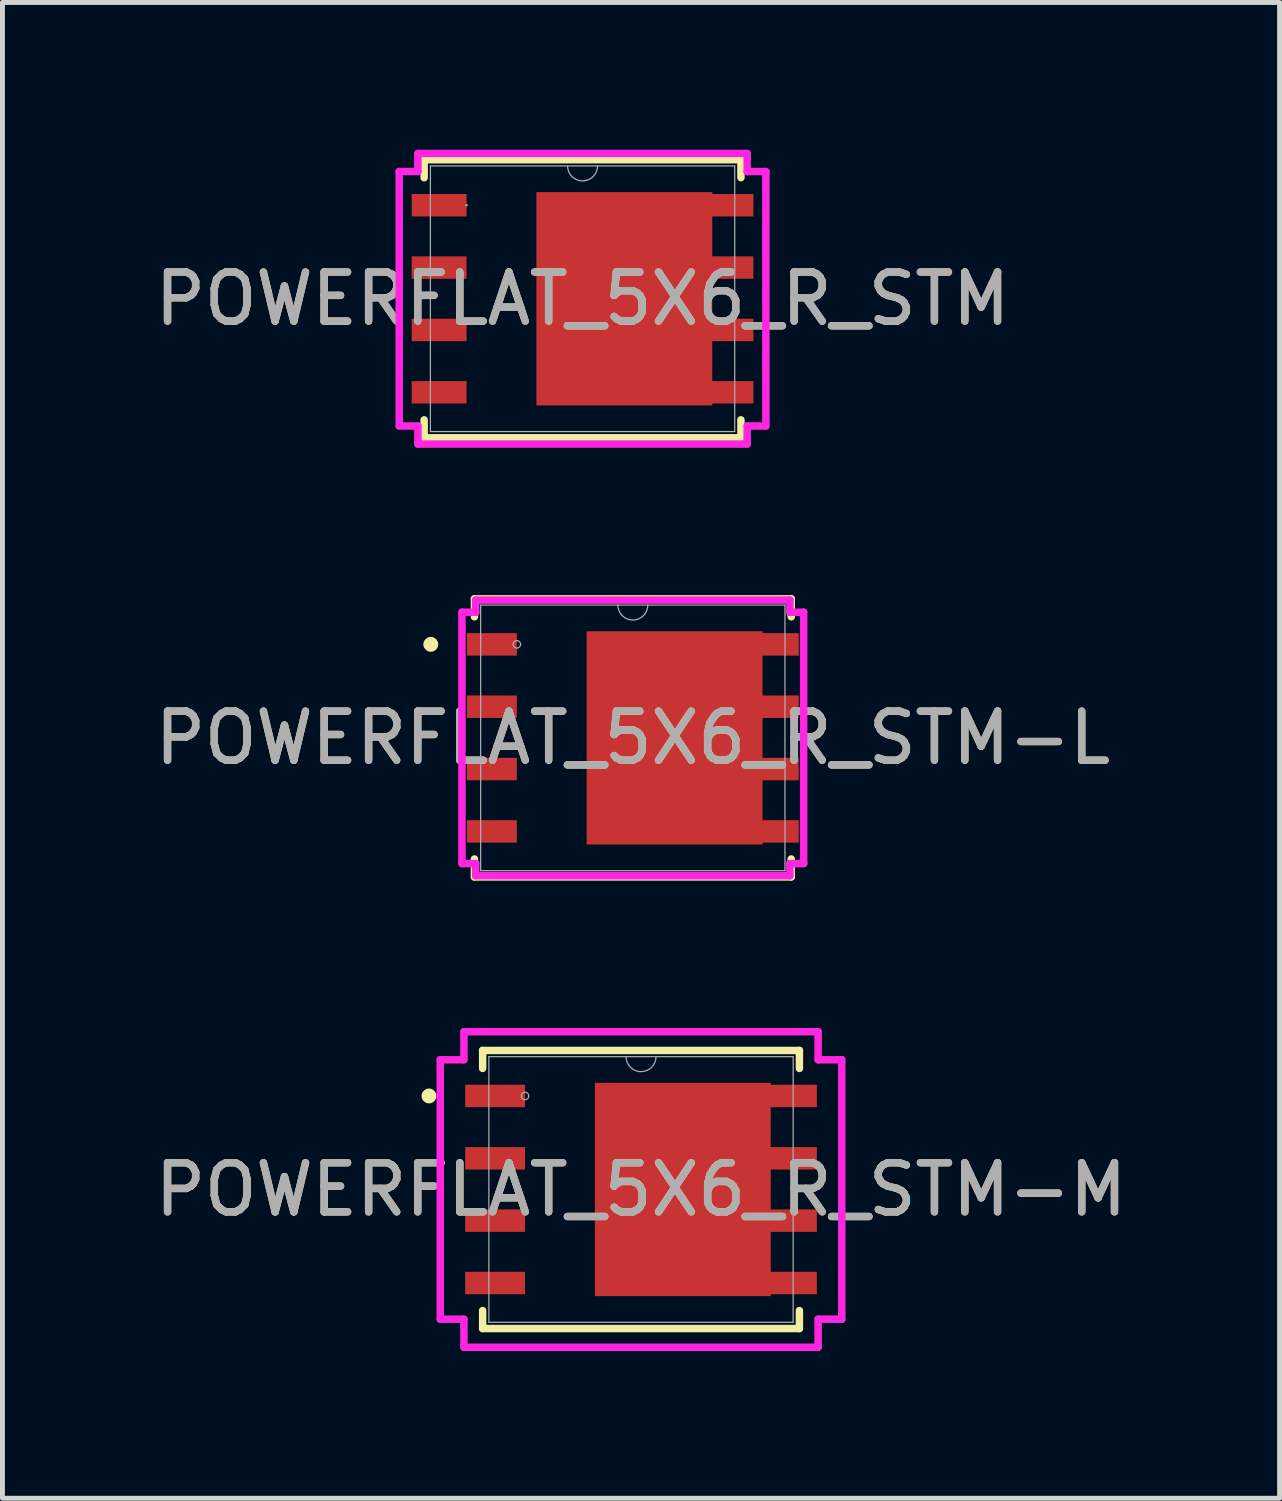
<source format=kicad_pcb>
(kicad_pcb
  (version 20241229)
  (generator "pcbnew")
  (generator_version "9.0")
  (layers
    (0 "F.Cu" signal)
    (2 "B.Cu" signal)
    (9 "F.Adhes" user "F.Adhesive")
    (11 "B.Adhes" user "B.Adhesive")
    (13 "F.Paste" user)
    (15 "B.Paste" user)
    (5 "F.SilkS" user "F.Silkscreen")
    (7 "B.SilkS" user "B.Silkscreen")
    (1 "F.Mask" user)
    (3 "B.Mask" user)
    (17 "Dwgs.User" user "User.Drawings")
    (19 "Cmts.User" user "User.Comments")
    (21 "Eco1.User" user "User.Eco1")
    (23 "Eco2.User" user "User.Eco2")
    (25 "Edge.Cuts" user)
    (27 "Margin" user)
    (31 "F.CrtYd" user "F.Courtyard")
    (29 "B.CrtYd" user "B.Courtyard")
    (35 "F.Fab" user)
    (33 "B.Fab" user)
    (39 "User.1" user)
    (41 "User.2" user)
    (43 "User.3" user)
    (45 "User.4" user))
  (footprint "POWERFLAT_5X6_R_STM-L"
    (layer "F.Cu")
    (at 9.839 11.979)
    (property "Reference" "POWERFLAT_5X6_R_STM-L" (at 0 0 0) (unlocked yes) (layer "F.SilkS") (effects (font (size 1 1) (thickness 0.15))))
    (attr smd)
    (fp_poly (pts (xy 2.642 -2.172) (xy -0.94 -2.172) (xy -0.94 2.172) (xy 2.642 2.172)) (stroke (width 0) (type solid)) (fill yes) (layer "F.Cu"))
    (fp_poly (pts (xy 2.642 -2.172) (xy -0.94 -2.172) (xy -0.94 2.172) (xy 2.642 2.172)) (stroke (width 0) (type solid)) (fill yes) (layer "F.Mask"))
    (fp_line (start -3.226 -2.832) (end -3.226 -2.466) (stroke (width 0.152) (type solid)) (layer "F.SilkS"))
    (fp_line (start -3.226 2.466) (end -3.226 2.832) (stroke (width 0.152) (type solid)) (layer "F.SilkS"))
    (fp_line (start -3.226 2.832) (end 3.226 2.832) (stroke (width 0.152) (type solid)) (layer "F.SilkS"))
    (fp_line (start 3.226 -2.832) (end -3.226 -2.832) (stroke (width 0.152) (type solid)) (layer "F.SilkS"))
    (fp_line (start 3.226 -2.466) (end 3.226 -2.832) (stroke (width 0.152) (type solid)) (layer "F.SilkS"))
    (fp_line (start 3.226 2.832) (end 3.226 2.466) (stroke (width 0.152) (type solid)) (layer "F.SilkS"))
    (fp_circle (center -4.115 -1.905) (end -4.039 -1.905) (stroke (width 0.152) (type solid)) (fill no) (layer "F.SilkS"))
    (fp_poly (pts (xy 2.642 -2.172) (xy -0.94 -2.172) (xy -0.94 2.172) (xy 2.642 2.172)) (stroke (width 0) (type solid)) (fill yes) (layer "F.Paste"))
    (fp_line (start -3.48 -2.56) (end -3.2 -2.56) (stroke (width 0.152) (type solid)) (layer "F.CrtYd"))
    (fp_line (start -3.48 2.56) (end -3.48 -2.56) (stroke (width 0.152) (type solid)) (layer "F.CrtYd"))
    (fp_line (start -3.48 2.56) (end -3.2 2.56) (stroke (width 0.152) (type solid)) (layer "F.CrtYd"))
    (fp_line (start -3.2 -2.807) (end 3.2 -2.807) (stroke (width 0.152) (type solid)) (layer "F.CrtYd"))
    (fp_line (start -3.2 -2.56) (end -3.2 -2.807) (stroke (width 0.152) (type solid)) (layer "F.CrtYd"))
    (fp_line (start -3.2 2.807) (end -3.2 2.56) (stroke (width 0.152) (type solid)) (layer "F.CrtYd"))
    (fp_line (start 3.2 -2.807) (end 3.2 -2.56) (stroke (width 0.152) (type solid)) (layer "F.CrtYd"))
    (fp_line (start 3.2 2.56) (end 3.2 2.807) (stroke (width 0.152) (type solid)) (layer "F.CrtYd"))
    (fp_line (start 3.2 2.807) (end -3.2 2.807) (stroke (width 0.152) (type solid)) (layer "F.CrtYd"))
    (fp_line (start 3.48 -2.56) (end 3.2 -2.56) (stroke (width 0.152) (type solid)) (layer "F.CrtYd"))
    (fp_line (start 3.48 -2.56) (end 3.48 2.56) (stroke (width 0.152) (type solid)) (layer "F.CrtYd"))
    (fp_line (start 3.48 2.56) (end 3.2 2.56) (stroke (width 0.152) (type solid)) (layer "F.CrtYd"))
    (fp_line (start -3.099 -2.705) (end -3.099 2.705) (stroke (width 0.025) (type solid)) (layer "F.Fab"))
    (fp_line (start -3.099 2.705) (end 3.099 2.705) (stroke (width 0.025) (type solid)) (layer "F.Fab"))
    (fp_line (start 3.099 -2.705) (end -3.099 -2.705) (stroke (width 0.025) (type solid)) (layer "F.Fab"))
    (fp_line (start 3.099 2.705) (end 3.099 -2.705) (stroke (width 0.025) (type solid)) (layer "F.Fab"))
    (fp_arc (start 0.3048 -2.7051) (mid 0 -2.4003) (end -0.3048 -2.7051) (stroke (width 0.0254) (type solid)) (layer "F.Fab"))
    (fp_circle (center -2.362 -1.905) (end -2.286 -1.905) (stroke (width 0.025) (type solid)) (fill no) (layer "F.Fab"))
    (fp_text user "${REFERENCE}" (at 0 0 0) (unlocked yes) (layer "F.Fab") (effects (font (size 1 1) (thickness 0.15))))
    (pad "1" smd rect (at -2.87 -1.905) (size 1.016 0.457) (layers "F.Cu" "F.Mask" "F.Paste"))
    (pad "2" smd rect (at -2.87 -0.635) (size 1.016 0.457) (layers "F.Cu" "F.Mask" "F.Paste"))
    (pad "3" smd rect (at -2.87 0.635) (size 1.016 0.457) (layers "F.Cu" "F.Mask" "F.Paste"))
    (pad "4" smd rect (at -2.87 1.905) (size 1.016 0.457) (layers "F.Cu" "F.Mask" "F.Paste"))
    (pad "5" smd rect (at 2.87 1.905) (size 1.016 0.457) (layers "F.Cu" "F.Mask" "F.Paste"))
    (pad "6" smd rect (at 2.87 0.635) (size 1.016 0.457) (layers "F.Cu" "F.Mask" "F.Paste"))
    (pad "7" smd rect (at 2.87 -0.635) (size 1.016 0.457) (layers "F.Cu" "F.Mask" "F.Paste"))
    (pad "8" smd rect (at 2.87 -1.905) (size 1.016 0.457) (layers "F.Cu" "F.Mask" "F.Paste")))
  (footprint "POWERFLAT_5X6_R_STM-M"
    (layer "F.Cu")
    (at 10.006 21.177)
    (property "Reference" "POWERFLAT_5X6_R_STM-M" (at 0 0 0) (unlocked yes) (layer "F.SilkS") (effects (font (size 1 1) (thickness 0.15))))
    (attr smd)
    (fp_poly (pts (xy 2.642 -2.172) (xy -0.94 -2.172) (xy -0.94 2.172) (xy 2.642 2.172)) (stroke (width 0) (type solid)) (fill yes) (layer "F.Cu"))
    (fp_poly (pts (xy 2.642 -2.172) (xy -0.94 -2.172) (xy -0.94 2.172) (xy 2.642 2.172)) (stroke (width 0) (type solid)) (fill yes) (layer "F.Mask"))
    (fp_line (start -3.226 -2.832) (end -3.226 -2.466) (stroke (width 0.152) (type solid)) (layer "F.SilkS"))
    (fp_line (start -3.226 2.466) (end -3.226 2.832) (stroke (width 0.152) (type solid)) (layer "F.SilkS"))
    (fp_line (start -3.226 2.832) (end 3.226 2.832) (stroke (width 0.152) (type solid)) (layer "F.SilkS"))
    (fp_line (start 3.226 -2.832) (end -3.226 -2.832) (stroke (width 0.152) (type solid)) (layer "F.SilkS"))
    (fp_line (start 3.226 -2.466) (end 3.226 -2.832) (stroke (width 0.152) (type solid)) (layer "F.SilkS"))
    (fp_line (start 3.226 2.832) (end 3.226 2.466) (stroke (width 0.152) (type solid)) (layer "F.SilkS"))
    (fp_circle (center -4.318 -1.905) (end -4.242 -1.905) (stroke (width 0.152) (type solid)) (fill no) (layer "F.SilkS"))
    (fp_poly (pts (xy 2.642 -2.172) (xy -0.94 -2.172) (xy -0.94 2.172) (xy 2.642 2.172)) (stroke (width 0) (type solid)) (fill yes) (layer "F.Paste"))
    (fp_line (start -4.089 -2.642) (end -3.607 -2.642) (stroke (width 0.152) (type solid)) (layer "F.CrtYd"))
    (fp_line (start -4.089 2.642) (end -4.089 -2.642) (stroke (width 0.152) (type solid)) (layer "F.CrtYd"))
    (fp_line (start -4.089 2.642) (end -3.607 2.642) (stroke (width 0.152) (type solid)) (layer "F.CrtYd"))
    (fp_line (start -3.607 -3.213) (end 3.607 -3.213) (stroke (width 0.152) (type solid)) (layer "F.CrtYd"))
    (fp_line (start -3.607 -2.642) (end -3.607 -3.213) (stroke (width 0.152) (type solid)) (layer "F.CrtYd"))
    (fp_line (start -3.607 3.213) (end -3.607 2.642) (stroke (width 0.152) (type solid)) (layer "F.CrtYd"))
    (fp_line (start 3.607 -3.213) (end 3.607 -2.642) (stroke (width 0.152) (type solid)) (layer "F.CrtYd"))
    (fp_line (start 3.607 2.642) (end 3.607 3.213) (stroke (width 0.152) (type solid)) (layer "F.CrtYd"))
    (fp_line (start 3.607 3.213) (end -3.607 3.213) (stroke (width 0.152) (type solid)) (layer "F.CrtYd"))
    (fp_line (start 4.089 -2.642) (end 3.607 -2.642) (stroke (width 0.152) (type solid)) (layer "F.CrtYd"))
    (fp_line (start 4.089 -2.642) (end 4.089 2.642) (stroke (width 0.152) (type solid)) (layer "F.CrtYd"))
    (fp_line (start 4.089 2.642) (end 3.607 2.642) (stroke (width 0.152) (type solid)) (layer "F.CrtYd"))
    (fp_line (start -3.099 -2.705) (end -3.099 2.705) (stroke (width 0.025) (type solid)) (layer "F.Fab"))
    (fp_line (start -3.099 2.705) (end 3.099 2.705) (stroke (width 0.025) (type solid)) (layer "F.Fab"))
    (fp_line (start 3.099 -2.705) (end -3.099 -2.705) (stroke (width 0.025) (type solid)) (layer "F.Fab"))
    (fp_line (start 3.099 2.705) (end 3.099 -2.705) (stroke (width 0.025) (type solid)) (layer "F.Fab"))
    (fp_arc (start 0.3048 -2.7051) (mid 0 -2.4003) (end -0.3048 -2.7051) (stroke (width 0.0254) (type solid)) (layer "F.Fab"))
    (fp_circle (center -2.362 -1.905) (end -2.286 -1.905) (stroke (width 0.025) (type solid)) (fill no) (layer "F.Fab"))
    (fp_text user "${REFERENCE}" (at 0 0 0) (unlocked yes) (layer "F.Fab") (effects (font (size 1 1) (thickness 0.15))))
    (pad "1" smd rect (at -2.972 -1.905) (size 1.219 0.457) (layers "F.Cu" "F.Mask" "F.Paste"))
    (pad "2" smd rect (at -2.972 -0.635) (size 1.219 0.457) (layers "F.Cu" "F.Mask" "F.Paste"))
    (pad "3" smd rect (at -2.972 0.635) (size 1.219 0.457) (layers "F.Cu" "F.Mask" "F.Paste"))
    (pad "4" smd rect (at -2.972 1.905) (size 1.219 0.457) (layers "F.Cu" "F.Mask" "F.Paste"))
    (pad "5" smd rect (at 2.972 1.905) (size 1.219 0.457) (layers "F.Cu" "F.Mask" "F.Paste"))
    (pad "6" smd rect (at 2.972 0.635) (size 1.219 0.457) (layers "F.Cu" "F.Mask" "F.Paste"))
    (pad "7" smd rect (at 2.972 -0.635) (size 1.219 0.457) (layers "F.Cu" "F.Mask" "F.Paste"))
    (pad "8" smd rect (at 2.972 -1.905) (size 1.219 0.457) (layers "F.Cu" "F.Mask" "F.Paste")))
  (footprint "POWERFLAT_5X6_R_STM"
    (layer "F.Cu")
    (at 8.815 3.035)
    (property "Reference" "POWERFLAT_5X6_R_STM" (at 0 0 0) (unlocked yes) (layer "F.SilkS") (effects (font (size 1 1) (thickness 0.15))))
    (attr smd)
    (fp_poly (pts (xy 2.642 -2.172) (xy -0.94 -2.172) (xy -0.94 2.172) (xy 2.642 2.172)) (stroke (width 0) (type solid)) (fill yes) (layer "F.Cu"))
    (fp_poly (pts (xy 2.642 -2.172) (xy -0.94 -2.172) (xy -0.94 2.172) (xy 2.642 2.172)) (stroke (width 0) (type solid)) (fill yes) (layer "F.Mask"))
    (fp_line (start -3.226 -2.832) (end -3.226 -2.466) (stroke (width 0.152) (type solid)) (layer "F.SilkS"))
    (fp_line (start -3.226 2.466) (end -3.226 2.832) (stroke (width 0.152) (type solid)) (layer "F.SilkS"))
    (fp_line (start -3.226 2.832) (end 3.226 2.832) (stroke (width 0.152) (type solid)) (layer "F.SilkS"))
    (fp_line (start 3.226 -2.832) (end -3.226 -2.832) (stroke (width 0.152) (type solid)) (layer "F.SilkS"))
    (fp_line (start 3.226 -2.466) (end 3.226 -2.832) (stroke (width 0.152) (type solid)) (layer "F.SilkS"))
    (fp_line (start 3.226 2.832) (end 3.226 2.466) (stroke (width 0.152) (type solid)) (layer "F.SilkS"))
    (fp_poly (pts (xy 2.642 -2.172) (xy -0.94 -2.172) (xy -0.94 2.172) (xy 2.642 2.172)) (stroke (width 0) (type solid)) (fill yes) (layer "F.Paste"))
    (fp_line (start -3.734 -2.591) (end -3.353 -2.591) (stroke (width 0.152) (type solid)) (layer "F.CrtYd"))
    (fp_line (start -3.734 2.591) (end -3.734 -2.591) (stroke (width 0.152) (type solid)) (layer "F.CrtYd"))
    (fp_line (start -3.734 2.591) (end -3.353 2.591) (stroke (width 0.152) (type solid)) (layer "F.CrtYd"))
    (fp_line (start -3.353 -2.959) (end 3.353 -2.959) (stroke (width 0.152) (type solid)) (layer "F.CrtYd"))
    (fp_line (start -3.353 -2.591) (end -3.353 -2.959) (stroke (width 0.152) (type solid)) (layer "F.CrtYd"))
    (fp_line (start -3.353 2.959) (end -3.353 2.591) (stroke (width 0.152) (type solid)) (layer "F.CrtYd"))
    (fp_line (start 3.353 -2.959) (end 3.353 -2.591) (stroke (width 0.152) (type solid)) (layer "F.CrtYd"))
    (fp_line (start 3.353 2.591) (end 3.353 2.959) (stroke (width 0.152) (type solid)) (layer "F.CrtYd"))
    (fp_line (start 3.353 2.959) (end -3.353 2.959) (stroke (width 0.152) (type solid)) (layer "F.CrtYd"))
    (fp_line (start 3.734 -2.591) (end 3.353 -2.591) (stroke (width 0.152) (type solid)) (layer "F.CrtYd"))
    (fp_line (start 3.734 -2.591) (end 3.734 2.591) (stroke (width 0.152) (type solid)) (layer "F.CrtYd"))
    (fp_line (start 3.734 2.591) (end 3.353 2.591) (stroke (width 0.152) (type solid)) (layer "F.CrtYd"))
    (fp_line (start -3.099 -2.705) (end -3.099 2.705) (stroke (width 0.025) (type solid)) (layer "F.Fab"))
    (fp_line (start -3.099 2.705) (end 3.099 2.705) (stroke (width 0.025) (type solid)) (layer "F.Fab"))
    (fp_line (start 3.099 -2.705) (end -3.099 -2.705) (stroke (width 0.025) (type solid)) (layer "F.Fab"))
    (fp_line (start 3.099 2.705) (end 3.099 -2.705) (stroke (width 0.025) (type solid)) (layer "F.Fab"))
    (fp_arc (start 0.3048 -2.7051) (mid 0 -2.4003) (end -0.3048 -2.7051) (stroke (width 0.0254) (type solid)) (layer "F.Fab"))
    (fp_circle (center -2.362 -1.905) (end -2.362 -1.905) (stroke (width 0.025) (type solid)) (fill no) (layer "F.Fab"))
    (fp_text user "${REFERENCE}" (at 0 0 0) (unlocked yes) (layer "F.Fab") (effects (font (size 1 1) (thickness 0.15))))
    (pad "1" smd rect (at -2.921 -1.905) (size 1.118 0.457) (layers "F.Cu" "F.Mask" "F.Paste"))
    (pad "2" smd rect (at -2.921 -0.635) (size 1.118 0.457) (layers "F.Cu" "F.Mask" "F.Paste"))
    (pad "3" smd rect (at -2.921 0.635) (size 1.118 0.457) (layers "F.Cu" "F.Mask" "F.Paste"))
    (pad "4" smd rect (at -2.921 1.905) (size 1.118 0.457) (layers "F.Cu" "F.Mask" "F.Paste"))
    (pad "5" smd rect (at 2.921 1.905) (size 1.118 0.457) (layers "F.Cu" "F.Mask" "F.Paste"))
    (pad "6" smd rect (at 2.921 0.635) (size 1.118 0.457) (layers "F.Cu" "F.Mask" "F.Paste"))
    (pad "7" smd rect (at 2.921 -0.635) (size 1.118 0.457) (layers "F.Cu" "F.Mask" "F.Paste"))
    (pad "8" smd rect (at 2.921 -1.905) (size 1.118 0.457) (layers "F.Cu" "F.Mask" "F.Paste")))
  (gr_rect
    (start -3 -3)
    (end 23.012 27.466)
    (stroke (width 0.1) (type default))
    (fill no)
    (layer "Edge.Cuts")))
</source>
